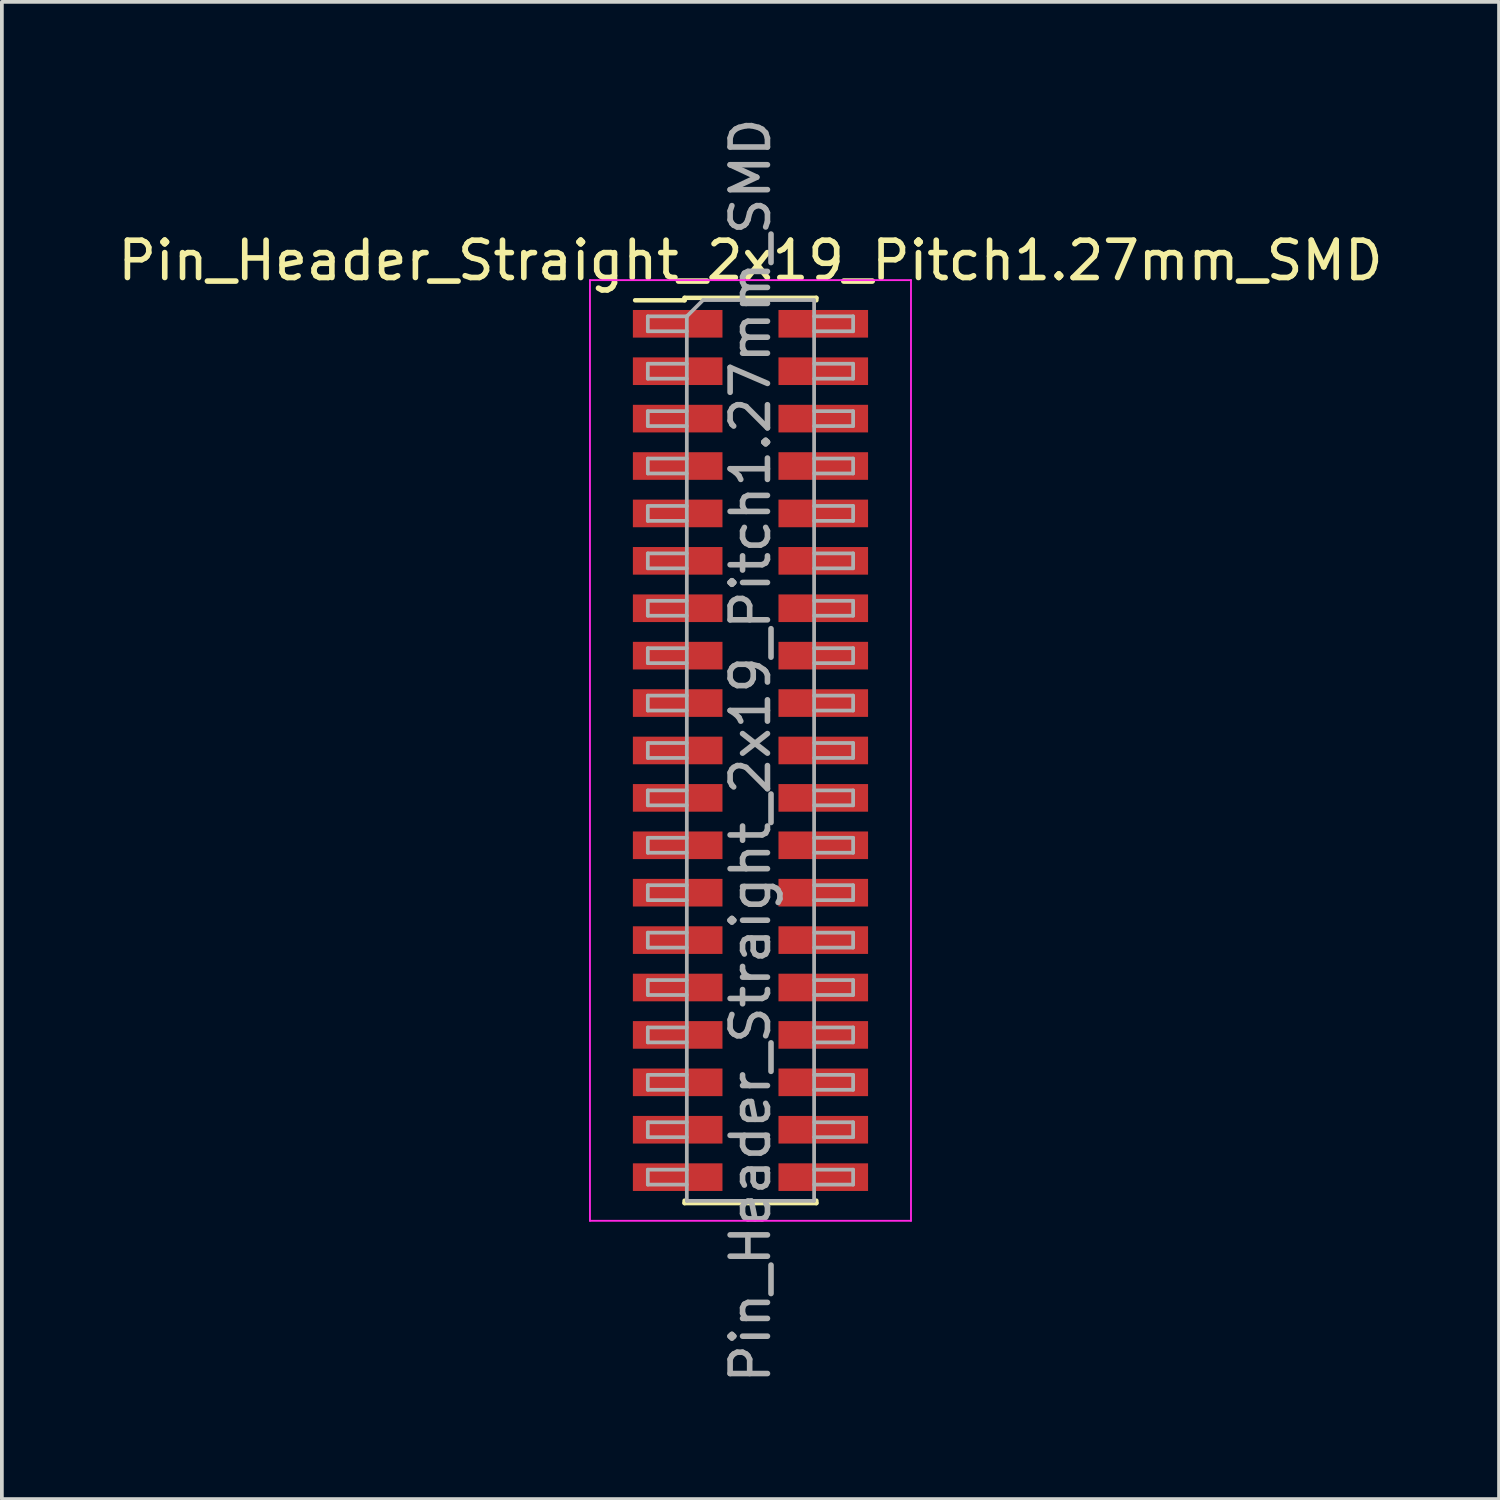
<source format=kicad_pcb>
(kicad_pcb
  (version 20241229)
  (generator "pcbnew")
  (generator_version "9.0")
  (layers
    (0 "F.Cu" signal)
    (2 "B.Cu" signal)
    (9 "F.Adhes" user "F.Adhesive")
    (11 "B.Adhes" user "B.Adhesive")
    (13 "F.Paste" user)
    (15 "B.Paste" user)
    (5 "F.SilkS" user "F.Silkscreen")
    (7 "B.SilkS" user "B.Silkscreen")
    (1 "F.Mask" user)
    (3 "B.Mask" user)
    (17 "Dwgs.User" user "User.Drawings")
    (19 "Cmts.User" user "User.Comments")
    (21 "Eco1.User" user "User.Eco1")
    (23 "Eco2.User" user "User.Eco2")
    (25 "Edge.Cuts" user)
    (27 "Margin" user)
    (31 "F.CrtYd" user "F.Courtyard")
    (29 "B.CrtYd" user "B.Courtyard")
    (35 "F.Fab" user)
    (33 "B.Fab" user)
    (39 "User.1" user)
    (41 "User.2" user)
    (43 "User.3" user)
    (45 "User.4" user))
  (footprint "Pin_Header_Straight_2x19_Pitch1.27mm_SMD"
    (layer "F.Cu")
    (at 17.054 17.054)
    (property "Reference" "Pin_Header_Straight_2x19_Pitch1.27mm_SMD" (at 0 -13.125 0) (layer "F.SilkS") (effects (font (size 1 1) (thickness 0.15))))
    (attr smd)
    (fp_line (start -3.09 -12.06) (end -1.765 -12.06) (stroke (width 0.12) (type solid)) (layer "F.SilkS"))
    (fp_line (start -1.765 -12.125) (end -1.765 -12.06) (stroke (width 0.12) (type solid)) (layer "F.SilkS"))
    (fp_line (start -1.765 -12.125) (end 1.765 -12.125) (stroke (width 0.12) (type solid)) (layer "F.SilkS"))
    (fp_line (start -1.765 12.06) (end -1.765 12.125) (stroke (width 0.12) (type solid)) (layer "F.SilkS"))
    (fp_line (start -1.765 12.125) (end 1.765 12.125) (stroke (width 0.12) (type solid)) (layer "F.SilkS"))
    (fp_line (start 1.765 -12.125) (end 1.765 -12.06) (stroke (width 0.12) (type solid)) (layer "F.SilkS"))
    (fp_line (start 1.765 12.06) (end 1.765 12.125) (stroke (width 0.12) (type solid)) (layer "F.SilkS"))
    (fp_line (start -4.3 -12.6) (end -4.3 12.6) (stroke (width 0.05) (type solid)) (layer "F.CrtYd"))
    (fp_line (start -4.3 12.6) (end 4.3 12.6) (stroke (width 0.05) (type solid)) (layer "F.CrtYd"))
    (fp_line (start 4.3 -12.6) (end -4.3 -12.6) (stroke (width 0.05) (type solid)) (layer "F.CrtYd"))
    (fp_line (start 4.3 12.6) (end 4.3 -12.6) (stroke (width 0.05) (type solid)) (layer "F.CrtYd"))
    (fp_line (start -2.75 -11.63) (end -2.75 -11.23) (stroke (width 0.1) (type solid)) (layer "F.Fab"))
    (fp_line (start -2.75 -11.23) (end -1.705 -11.23) (stroke (width 0.1) (type solid)) (layer "F.Fab"))
    (fp_line (start -2.75 -10.36) (end -2.75 -9.96) (stroke (width 0.1) (type solid)) (layer "F.Fab"))
    (fp_line (start -2.75 -9.96) (end -1.705 -9.96) (stroke (width 0.1) (type solid)) (layer "F.Fab"))
    (fp_line (start -2.75 -9.09) (end -2.75 -8.69) (stroke (width 0.1) (type solid)) (layer "F.Fab"))
    (fp_line (start -2.75 -8.69) (end -1.705 -8.69) (stroke (width 0.1) (type solid)) (layer "F.Fab"))
    (fp_line (start -2.75 -7.82) (end -2.75 -7.42) (stroke (width 0.1) (type solid)) (layer "F.Fab"))
    (fp_line (start -2.75 -7.42) (end -1.705 -7.42) (stroke (width 0.1) (type solid)) (layer "F.Fab"))
    (fp_line (start -2.75 -6.55) (end -2.75 -6.15) (stroke (width 0.1) (type solid)) (layer "F.Fab"))
    (fp_line (start -2.75 -6.15) (end -1.705 -6.15) (stroke (width 0.1) (type solid)) (layer "F.Fab"))
    (fp_line (start -2.75 -5.28) (end -2.75 -4.88) (stroke (width 0.1) (type solid)) (layer "F.Fab"))
    (fp_line (start -2.75 -4.88) (end -1.705 -4.88) (stroke (width 0.1) (type solid)) (layer "F.Fab"))
    (fp_line (start -2.75 -4.01) (end -2.75 -3.61) (stroke (width 0.1) (type solid)) (layer "F.Fab"))
    (fp_line (start -2.75 -3.61) (end -1.705 -3.61) (stroke (width 0.1) (type solid)) (layer "F.Fab"))
    (fp_line (start -2.75 -2.74) (end -2.75 -2.34) (stroke (width 0.1) (type solid)) (layer "F.Fab"))
    (fp_line (start -2.75 -2.34) (end -1.705 -2.34) (stroke (width 0.1) (type solid)) (layer "F.Fab"))
    (fp_line (start -2.75 -1.47) (end -2.75 -1.07) (stroke (width 0.1) (type solid)) (layer "F.Fab"))
    (fp_line (start -2.75 -1.07) (end -1.705 -1.07) (stroke (width 0.1) (type solid)) (layer "F.Fab"))
    (fp_line (start -2.75 -0.2) (end -2.75 0.2) (stroke (width 0.1) (type solid)) (layer "F.Fab"))
    (fp_line (start -2.75 0.2) (end -1.705 0.2) (stroke (width 0.1) (type solid)) (layer "F.Fab"))
    (fp_line (start -2.75 1.07) (end -2.75 1.47) (stroke (width 0.1) (type solid)) (layer "F.Fab"))
    (fp_line (start -2.75 1.47) (end -1.705 1.47) (stroke (width 0.1) (type solid)) (layer "F.Fab"))
    (fp_line (start -2.75 2.34) (end -2.75 2.74) (stroke (width 0.1) (type solid)) (layer "F.Fab"))
    (fp_line (start -2.75 2.74) (end -1.705 2.74) (stroke (width 0.1) (type solid)) (layer "F.Fab"))
    (fp_line (start -2.75 3.61) (end -2.75 4.01) (stroke (width 0.1) (type solid)) (layer "F.Fab"))
    (fp_line (start -2.75 4.01) (end -1.705 4.01) (stroke (width 0.1) (type solid)) (layer "F.Fab"))
    (fp_line (start -2.75 4.88) (end -2.75 5.28) (stroke (width 0.1) (type solid)) (layer "F.Fab"))
    (fp_line (start -2.75 5.28) (end -1.705 5.28) (stroke (width 0.1) (type solid)) (layer "F.Fab"))
    (fp_line (start -2.75 6.15) (end -2.75 6.55) (stroke (width 0.1) (type solid)) (layer "F.Fab"))
    (fp_line (start -2.75 6.55) (end -1.705 6.55) (stroke (width 0.1) (type solid)) (layer "F.Fab"))
    (fp_line (start -2.75 7.42) (end -2.75 7.82) (stroke (width 0.1) (type solid)) (layer "F.Fab"))
    (fp_line (start -2.75 7.82) (end -1.705 7.82) (stroke (width 0.1) (type solid)) (layer "F.Fab"))
    (fp_line (start -2.75 8.69) (end -2.75 9.09) (stroke (width 0.1) (type solid)) (layer "F.Fab"))
    (fp_line (start -2.75 9.09) (end -1.705 9.09) (stroke (width 0.1) (type solid)) (layer "F.Fab"))
    (fp_line (start -2.75 9.96) (end -2.75 10.36) (stroke (width 0.1) (type solid)) (layer "F.Fab"))
    (fp_line (start -2.75 10.36) (end -1.705 10.36) (stroke (width 0.1) (type solid)) (layer "F.Fab"))
    (fp_line (start -2.75 11.23) (end -2.75 11.63) (stroke (width 0.1) (type solid)) (layer "F.Fab"))
    (fp_line (start -2.75 11.63) (end -1.705 11.63) (stroke (width 0.1) (type solid)) (layer "F.Fab"))
    (fp_line (start -1.705 -11.63) (end -2.75 -11.63) (stroke (width 0.1) (type solid)) (layer "F.Fab"))
    (fp_line (start -1.705 -11.63) (end -1.27 -12.065) (stroke (width 0.1) (type solid)) (layer "F.Fab"))
    (fp_line (start -1.705 -10.36) (end -2.75 -10.36) (stroke (width 0.1) (type solid)) (layer "F.Fab"))
    (fp_line (start -1.705 -9.09) (end -2.75 -9.09) (stroke (width 0.1) (type solid)) (layer "F.Fab"))
    (fp_line (start -1.705 -7.82) (end -2.75 -7.82) (stroke (width 0.1) (type solid)) (layer "F.Fab"))
    (fp_line (start -1.705 -6.55) (end -2.75 -6.55) (stroke (width 0.1) (type solid)) (layer "F.Fab"))
    (fp_line (start -1.705 -5.28) (end -2.75 -5.28) (stroke (width 0.1) (type solid)) (layer "F.Fab"))
    (fp_line (start -1.705 -4.01) (end -2.75 -4.01) (stroke (width 0.1) (type solid)) (layer "F.Fab"))
    (fp_line (start -1.705 -2.74) (end -2.75 -2.74) (stroke (width 0.1) (type solid)) (layer "F.Fab"))
    (fp_line (start -1.705 -1.47) (end -2.75 -1.47) (stroke (width 0.1) (type solid)) (layer "F.Fab"))
    (fp_line (start -1.705 -0.2) (end -2.75 -0.2) (stroke (width 0.1) (type solid)) (layer "F.Fab"))
    (fp_line (start -1.705 1.07) (end -2.75 1.07) (stroke (width 0.1) (type solid)) (layer "F.Fab"))
    (fp_line (start -1.705 2.34) (end -2.75 2.34) (stroke (width 0.1) (type solid)) (layer "F.Fab"))
    (fp_line (start -1.705 3.61) (end -2.75 3.61) (stroke (width 0.1) (type solid)) (layer "F.Fab"))
    (fp_line (start -1.705 4.88) (end -2.75 4.88) (stroke (width 0.1) (type solid)) (layer "F.Fab"))
    (fp_line (start -1.705 6.15) (end -2.75 6.15) (stroke (width 0.1) (type solid)) (layer "F.Fab"))
    (fp_line (start -1.705 7.42) (end -2.75 7.42) (stroke (width 0.1) (type solid)) (layer "F.Fab"))
    (fp_line (start -1.705 8.69) (end -2.75 8.69) (stroke (width 0.1) (type solid)) (layer "F.Fab"))
    (fp_line (start -1.705 9.96) (end -2.75 9.96) (stroke (width 0.1) (type solid)) (layer "F.Fab"))
    (fp_line (start -1.705 11.23) (end -2.75 11.23) (stroke (width 0.1) (type solid)) (layer "F.Fab"))
    (fp_line (start -1.705 12.065) (end -1.705 -11.63) (stroke (width 0.1) (type solid)) (layer "F.Fab"))
    (fp_line (start -1.27 -12.065) (end 1.705 -12.065) (stroke (width 0.1) (type solid)) (layer "F.Fab"))
    (fp_line (start 1.705 -12.065) (end 1.705 12.065) (stroke (width 0.1) (type solid)) (layer "F.Fab"))
    (fp_line (start 1.705 -11.63) (end 2.75 -11.63) (stroke (width 0.1) (type solid)) (layer "F.Fab"))
    (fp_line (start 1.705 -10.36) (end 2.75 -10.36) (stroke (width 0.1) (type solid)) (layer "F.Fab"))
    (fp_line (start 1.705 -9.09) (end 2.75 -9.09) (stroke (width 0.1) (type solid)) (layer "F.Fab"))
    (fp_line (start 1.705 -7.82) (end 2.75 -7.82) (stroke (width 0.1) (type solid)) (layer "F.Fab"))
    (fp_line (start 1.705 -6.55) (end 2.75 -6.55) (stroke (width 0.1) (type solid)) (layer "F.Fab"))
    (fp_line (start 1.705 -5.28) (end 2.75 -5.28) (stroke (width 0.1) (type solid)) (layer "F.Fab"))
    (fp_line (start 1.705 -4.01) (end 2.75 -4.01) (stroke (width 0.1) (type solid)) (layer "F.Fab"))
    (fp_line (start 1.705 -2.74) (end 2.75 -2.74) (stroke (width 0.1) (type solid)) (layer "F.Fab"))
    (fp_line (start 1.705 -1.47) (end 2.75 -1.47) (stroke (width 0.1) (type solid)) (layer "F.Fab"))
    (fp_line (start 1.705 -0.2) (end 2.75 -0.2) (stroke (width 0.1) (type solid)) (layer "F.Fab"))
    (fp_line (start 1.705 1.07) (end 2.75 1.07) (stroke (width 0.1) (type solid)) (layer "F.Fab"))
    (fp_line (start 1.705 2.34) (end 2.75 2.34) (stroke (width 0.1) (type solid)) (layer "F.Fab"))
    (fp_line (start 1.705 3.61) (end 2.75 3.61) (stroke (width 0.1) (type solid)) (layer "F.Fab"))
    (fp_line (start 1.705 4.88) (end 2.75 4.88) (stroke (width 0.1) (type solid)) (layer "F.Fab"))
    (fp_line (start 1.705 6.15) (end 2.75 6.15) (stroke (width 0.1) (type solid)) (layer "F.Fab"))
    (fp_line (start 1.705 7.42) (end 2.75 7.42) (stroke (width 0.1) (type solid)) (layer "F.Fab"))
    (fp_line (start 1.705 8.69) (end 2.75 8.69) (stroke (width 0.1) (type solid)) (layer "F.Fab"))
    (fp_line (start 1.705 9.96) (end 2.75 9.96) (stroke (width 0.1) (type solid)) (layer "F.Fab"))
    (fp_line (start 1.705 11.23) (end 2.75 11.23) (stroke (width 0.1) (type solid)) (layer "F.Fab"))
    (fp_line (start 1.705 12.065) (end -1.705 12.065) (stroke (width 0.1) (type solid)) (layer "F.Fab"))
    (fp_line (start 2.75 -11.63) (end 2.75 -11.23) (stroke (width 0.1) (type solid)) (layer "F.Fab"))
    (fp_line (start 2.75 -11.23) (end 1.705 -11.23) (stroke (width 0.1) (type solid)) (layer "F.Fab"))
    (fp_line (start 2.75 -10.36) (end 2.75 -9.96) (stroke (width 0.1) (type solid)) (layer "F.Fab"))
    (fp_line (start 2.75 -9.96) (end 1.705 -9.96) (stroke (width 0.1) (type solid)) (layer "F.Fab"))
    (fp_line (start 2.75 -9.09) (end 2.75 -8.69) (stroke (width 0.1) (type solid)) (layer "F.Fab"))
    (fp_line (start 2.75 -8.69) (end 1.705 -8.69) (stroke (width 0.1) (type solid)) (layer "F.Fab"))
    (fp_line (start 2.75 -7.82) (end 2.75 -7.42) (stroke (width 0.1) (type solid)) (layer "F.Fab"))
    (fp_line (start 2.75 -7.42) (end 1.705 -7.42) (stroke (width 0.1) (type solid)) (layer "F.Fab"))
    (fp_line (start 2.75 -6.55) (end 2.75 -6.15) (stroke (width 0.1) (type solid)) (layer "F.Fab"))
    (fp_line (start 2.75 -6.15) (end 1.705 -6.15) (stroke (width 0.1) (type solid)) (layer "F.Fab"))
    (fp_line (start 2.75 -5.28) (end 2.75 -4.88) (stroke (width 0.1) (type solid)) (layer "F.Fab"))
    (fp_line (start 2.75 -4.88) (end 1.705 -4.88) (stroke (width 0.1) (type solid)) (layer "F.Fab"))
    (fp_line (start 2.75 -4.01) (end 2.75 -3.61) (stroke (width 0.1) (type solid)) (layer "F.Fab"))
    (fp_line (start 2.75 -3.61) (end 1.705 -3.61) (stroke (width 0.1) (type solid)) (layer "F.Fab"))
    (fp_line (start 2.75 -2.74) (end 2.75 -2.34) (stroke (width 0.1) (type solid)) (layer "F.Fab"))
    (fp_line (start 2.75 -2.34) (end 1.705 -2.34) (stroke (width 0.1) (type solid)) (layer "F.Fab"))
    (fp_line (start 2.75 -1.47) (end 2.75 -1.07) (stroke (width 0.1) (type solid)) (layer "F.Fab"))
    (fp_line (start 2.75 -1.07) (end 1.705 -1.07) (stroke (width 0.1) (type solid)) (layer "F.Fab"))
    (fp_line (start 2.75 -0.2) (end 2.75 0.2) (stroke (width 0.1) (type solid)) (layer "F.Fab"))
    (fp_line (start 2.75 0.2) (end 1.705 0.2) (stroke (width 0.1) (type solid)) (layer "F.Fab"))
    (fp_line (start 2.75 1.07) (end 2.75 1.47) (stroke (width 0.1) (type solid)) (layer "F.Fab"))
    (fp_line (start 2.75 1.47) (end 1.705 1.47) (stroke (width 0.1) (type solid)) (layer "F.Fab"))
    (fp_line (start 2.75 2.34) (end 2.75 2.74) (stroke (width 0.1) (type solid)) (layer "F.Fab"))
    (fp_line (start 2.75 2.74) (end 1.705 2.74) (stroke (width 0.1) (type solid)) (layer "F.Fab"))
    (fp_line (start 2.75 3.61) (end 2.75 4.01) (stroke (width 0.1) (type solid)) (layer "F.Fab"))
    (fp_line (start 2.75 4.01) (end 1.705 4.01) (stroke (width 0.1) (type solid)) (layer "F.Fab"))
    (fp_line (start 2.75 4.88) (end 2.75 5.28) (stroke (width 0.1) (type solid)) (layer "F.Fab"))
    (fp_line (start 2.75 5.28) (end 1.705 5.28) (stroke (width 0.1) (type solid)) (layer "F.Fab"))
    (fp_line (start 2.75 6.15) (end 2.75 6.55) (stroke (width 0.1) (type solid)) (layer "F.Fab"))
    (fp_line (start 2.75 6.55) (end 1.705 6.55) (stroke (width 0.1) (type solid)) (layer "F.Fab"))
    (fp_line (start 2.75 7.42) (end 2.75 7.82) (stroke (width 0.1) (type solid)) (layer "F.Fab"))
    (fp_line (start 2.75 7.82) (end 1.705 7.82) (stroke (width 0.1) (type solid)) (layer "F.Fab"))
    (fp_line (start 2.75 8.69) (end 2.75 9.09) (stroke (width 0.1) (type solid)) (layer "F.Fab"))
    (fp_line (start 2.75 9.09) (end 1.705 9.09) (stroke (width 0.1) (type solid)) (layer "F.Fab"))
    (fp_line (start 2.75 9.96) (end 2.75 10.36) (stroke (width 0.1) (type solid)) (layer "F.Fab"))
    (fp_line (start 2.75 10.36) (end 1.705 10.36) (stroke (width 0.1) (type solid)) (layer "F.Fab"))
    (fp_line (start 2.75 11.23) (end 2.75 11.63) (stroke (width 0.1) (type solid)) (layer "F.Fab"))
    (fp_line (start 2.75 11.63) (end 1.705 11.63) (stroke (width 0.1) (type solid)) (layer "F.Fab"))
    (fp_text user "${REFERENCE}" (at 0 0 90) (layer "F.Fab") (effects (font (size 1 1) (thickness 0.15))))
    (pad "1" smd rect (at -1.95 -11.43) (size 2.4 0.74) (layers "F.Cu" "F.Mask" "F.Paste"))
    (pad "2" smd rect (at 1.95 -11.43) (size 2.4 0.74) (layers "F.Cu" "F.Mask" "F.Paste"))
    (pad "3" smd rect (at -1.95 -10.16) (size 2.4 0.74) (layers "F.Cu" "F.Mask" "F.Paste"))
    (pad "4" smd rect (at 1.95 -10.16) (size 2.4 0.74) (layers "F.Cu" "F.Mask" "F.Paste"))
    (pad "5" smd rect (at -1.95 -8.89) (size 2.4 0.74) (layers "F.Cu" "F.Mask" "F.Paste"))
    (pad "6" smd rect (at 1.95 -8.89) (size 2.4 0.74) (layers "F.Cu" "F.Mask" "F.Paste"))
    (pad "7" smd rect (at -1.95 -7.62) (size 2.4 0.74) (layers "F.Cu" "F.Mask" "F.Paste"))
    (pad "8" smd rect (at 1.95 -7.62) (size 2.4 0.74) (layers "F.Cu" "F.Mask" "F.Paste"))
    (pad "9" smd rect (at -1.95 -6.35) (size 2.4 0.74) (layers "F.Cu" "F.Mask" "F.Paste"))
    (pad "10" smd rect (at 1.95 -6.35) (size 2.4 0.74) (layers "F.Cu" "F.Mask" "F.Paste"))
    (pad "11" smd rect (at -1.95 -5.08) (size 2.4 0.74) (layers "F.Cu" "F.Mask" "F.Paste"))
    (pad "12" smd rect (at 1.95 -5.08) (size 2.4 0.74) (layers "F.Cu" "F.Mask" "F.Paste"))
    (pad "13" smd rect (at -1.95 -3.81) (size 2.4 0.74) (layers "F.Cu" "F.Mask" "F.Paste"))
    (pad "14" smd rect (at 1.95 -3.81) (size 2.4 0.74) (layers "F.Cu" "F.Mask" "F.Paste"))
    (pad "15" smd rect (at -1.95 -2.54) (size 2.4 0.74) (layers "F.Cu" "F.Mask" "F.Paste"))
    (pad "16" smd rect (at 1.95 -2.54) (size 2.4 0.74) (layers "F.Cu" "F.Mask" "F.Paste"))
    (pad "17" smd rect (at -1.95 -1.27) (size 2.4 0.74) (layers "F.Cu" "F.Mask" "F.Paste"))
    (pad "18" smd rect (at 1.95 -1.27) (size 2.4 0.74) (layers "F.Cu" "F.Mask" "F.Paste"))
    (pad "19" smd rect (at -1.95 0) (size 2.4 0.74) (layers "F.Cu" "F.Mask" "F.Paste"))
    (pad "20" smd rect (at 1.95 0) (size 2.4 0.74) (layers "F.Cu" "F.Mask" "F.Paste"))
    (pad "21" smd rect (at -1.95 1.27) (size 2.4 0.74) (layers "F.Cu" "F.Mask" "F.Paste"))
    (pad "22" smd rect (at 1.95 1.27) (size 2.4 0.74) (layers "F.Cu" "F.Mask" "F.Paste"))
    (pad "23" smd rect (at -1.95 2.54) (size 2.4 0.74) (layers "F.Cu" "F.Mask" "F.Paste"))
    (pad "24" smd rect (at 1.95 2.54) (size 2.4 0.74) (layers "F.Cu" "F.Mask" "F.Paste"))
    (pad "25" smd rect (at -1.95 3.81) (size 2.4 0.74) (layers "F.Cu" "F.Mask" "F.Paste"))
    (pad "26" smd rect (at 1.95 3.81) (size 2.4 0.74) (layers "F.Cu" "F.Mask" "F.Paste"))
    (pad "27" smd rect (at -1.95 5.08) (size 2.4 0.74) (layers "F.Cu" "F.Mask" "F.Paste"))
    (pad "28" smd rect (at 1.95 5.08) (size 2.4 0.74) (layers "F.Cu" "F.Mask" "F.Paste"))
    (pad "29" smd rect (at -1.95 6.35) (size 2.4 0.74) (layers "F.Cu" "F.Mask" "F.Paste"))
    (pad "30" smd rect (at 1.95 6.35) (size 2.4 0.74) (layers "F.Cu" "F.Mask" "F.Paste"))
    (pad "31" smd rect (at -1.95 7.62) (size 2.4 0.74) (layers "F.Cu" "F.Mask" "F.Paste"))
    (pad "32" smd rect (at 1.95 7.62) (size 2.4 0.74) (layers "F.Cu" "F.Mask" "F.Paste"))
    (pad "33" smd rect (at -1.95 8.89) (size 2.4 0.74) (layers "F.Cu" "F.Mask" "F.Paste"))
    (pad "34" smd rect (at 1.95 8.89) (size 2.4 0.74) (layers "F.Cu" "F.Mask" "F.Paste"))
    (pad "35" smd rect (at -1.95 10.16) (size 2.4 0.74) (layers "F.Cu" "F.Mask" "F.Paste"))
    (pad "36" smd rect (at 1.95 10.16) (size 2.4 0.74) (layers "F.Cu" "F.Mask" "F.Paste"))
    (pad "37" smd rect (at -1.95 11.43) (size 2.4 0.74) (layers "F.Cu" "F.Mask" "F.Paste"))
    (pad "38" smd rect (at 1.95 11.43) (size 2.4 0.74) (layers "F.Cu" "F.Mask" "F.Paste")))
  (gr_rect
    (start -3 -3)
    (end 37.107 37.107)
    (stroke (width 0.1) (type default))
    (fill no)
    (layer "Edge.Cuts")))
</source>
